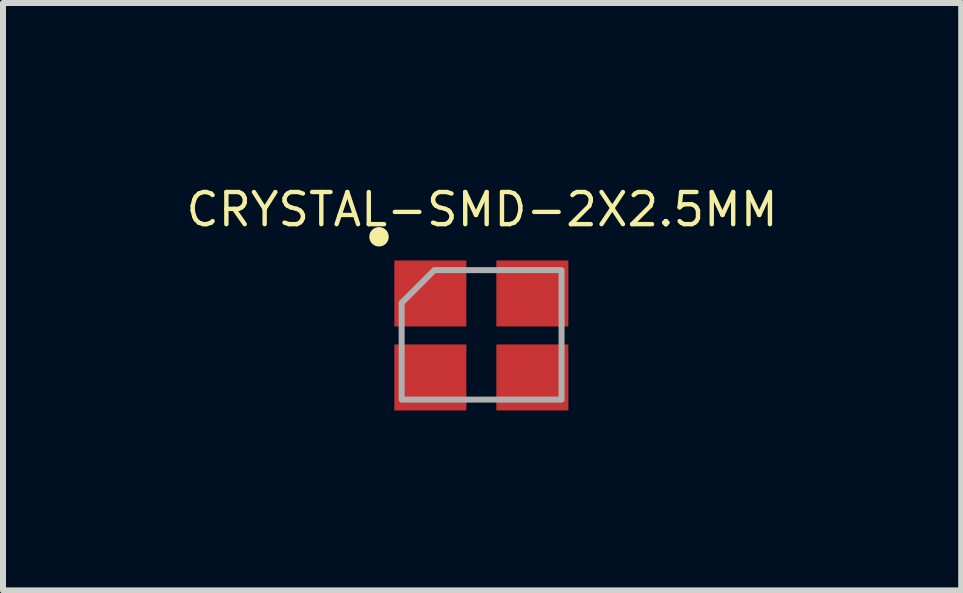
<source format=kicad_pcb>
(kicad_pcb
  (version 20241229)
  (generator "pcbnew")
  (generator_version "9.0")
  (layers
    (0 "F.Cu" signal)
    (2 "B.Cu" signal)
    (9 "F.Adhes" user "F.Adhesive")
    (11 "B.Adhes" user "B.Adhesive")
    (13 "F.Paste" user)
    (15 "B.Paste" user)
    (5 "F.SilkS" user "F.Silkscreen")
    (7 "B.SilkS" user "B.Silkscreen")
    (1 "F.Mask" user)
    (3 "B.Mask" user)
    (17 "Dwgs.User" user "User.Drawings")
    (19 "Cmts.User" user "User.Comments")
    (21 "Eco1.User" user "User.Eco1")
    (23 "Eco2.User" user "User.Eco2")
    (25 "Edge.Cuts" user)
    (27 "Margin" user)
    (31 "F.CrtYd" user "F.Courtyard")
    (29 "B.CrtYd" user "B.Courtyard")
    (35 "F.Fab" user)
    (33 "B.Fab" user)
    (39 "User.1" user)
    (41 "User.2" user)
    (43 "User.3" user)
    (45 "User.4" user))
  (footprint "CRYSTAL-SMD-2X2.5MM"
    (layer "F.Cu")
    (at 4.978 2.532)
    (property "Reference" "CRYSTAL-SMD-2X2.5MM" (at 0.008 -1.776 0) (layer "F.SilkS") (effects (font (size 0.536 0.536) (thickness 0.073)) (justify bottom)))
    (fp_circle (center -1.71 -1.635) (end -1.629 -1.635) (stroke (width 0.162) (type solid)) (fill yes) (layer "F.SilkS"))
    (fp_poly (pts (xy 1.333 1.079) (xy -1.333 1.079) (xy -1.333 -0.534) (xy -0.788 -1.079) (xy 1.333 -1.079)) (stroke (width 0.1) (type default)) (fill no) (layer "F.Fab"))
    (pad "P1" smd rect (at 0.846 -0.69) (size 1.2 1.1) (layers "F.Cu" "F.Mask" "F.Paste"))
    (pad "P2" smd rect (at -0.854 -0.69) (size 1.2 1.1) (layers "F.Cu" "F.Mask" "F.Paste"))
    (pad "P3" smd rect (at -0.854 0.71) (size 1.2 1.1) (layers "F.Cu" "F.Mask" "F.Paste"))
    (pad "P4" smd rect (at 0.846 0.71) (size 1.2 1.1) (layers "F.Cu" "F.Mask" "F.Paste")))
  (gr_rect
    (start -3 -3)
    (end 12.973 6.792)
    (stroke (width 0.1) (type default))
    (fill no)
    (layer "Edge.Cuts")))
</source>
